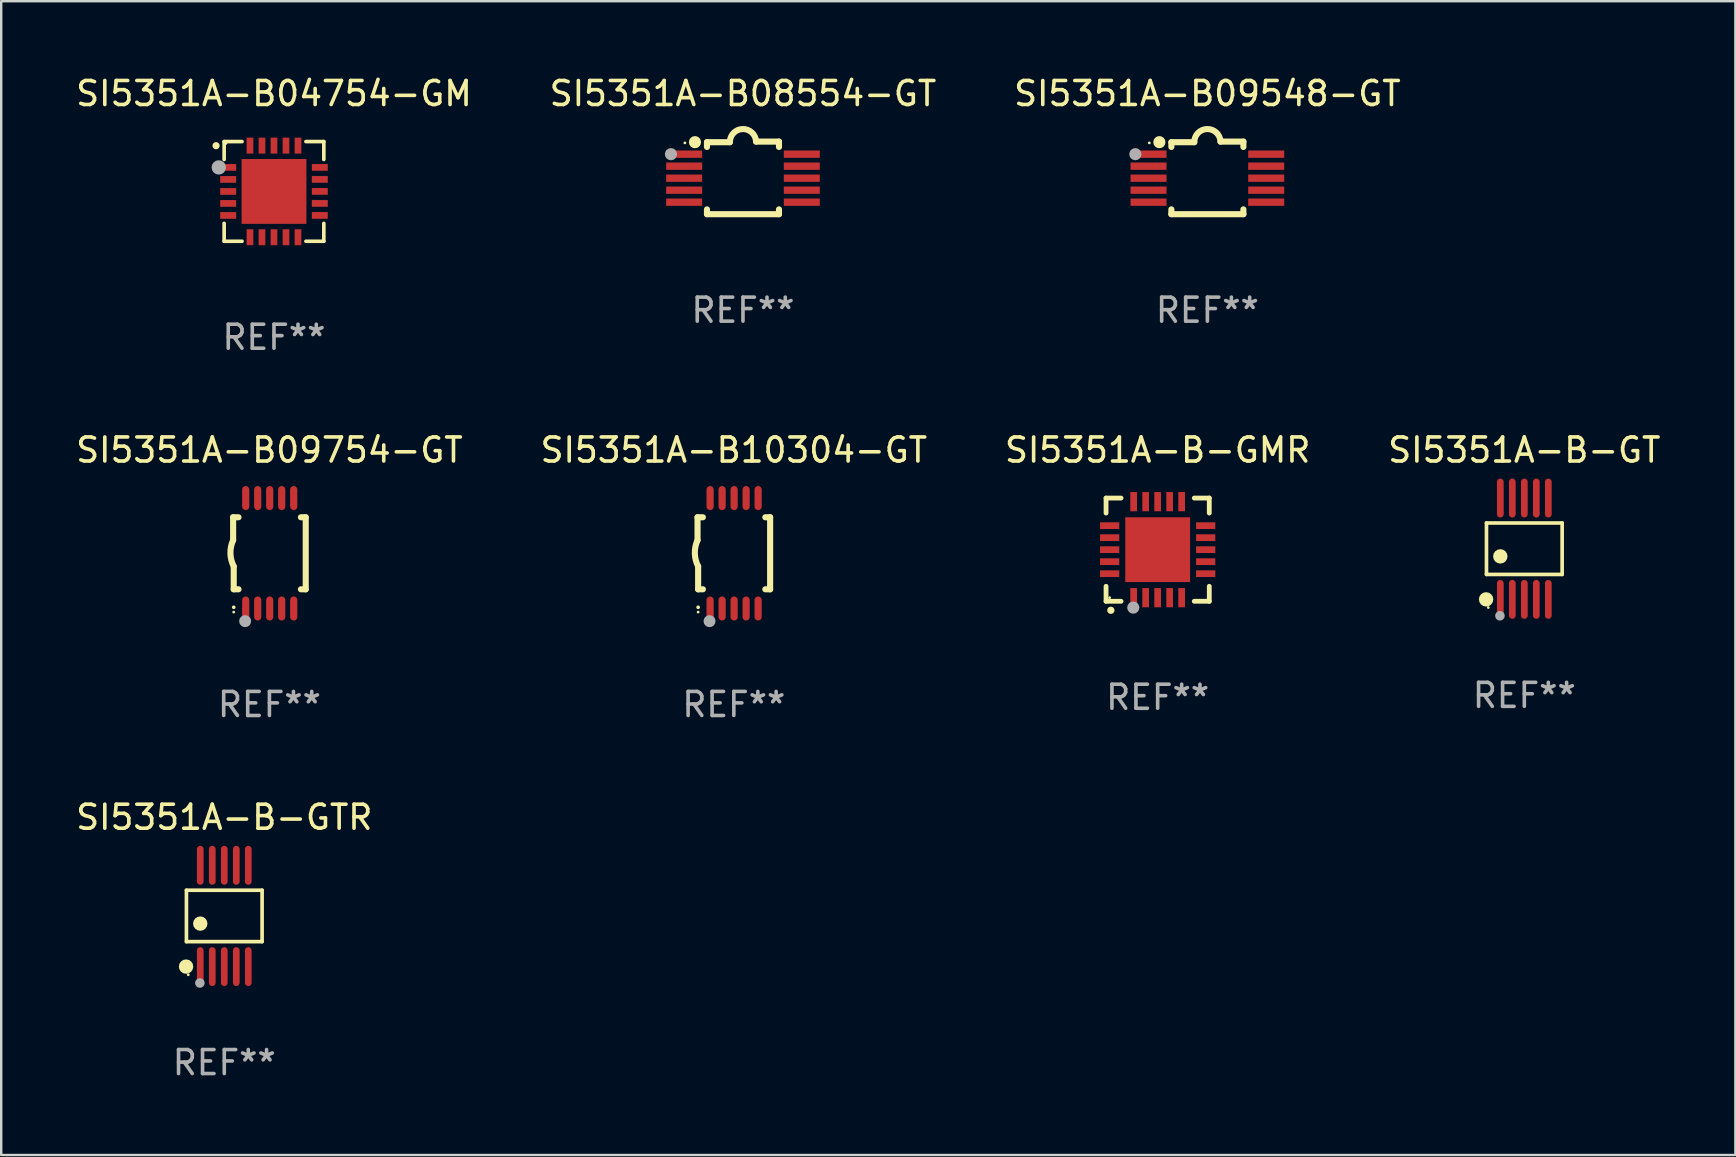
<source format=kicad_pcb>
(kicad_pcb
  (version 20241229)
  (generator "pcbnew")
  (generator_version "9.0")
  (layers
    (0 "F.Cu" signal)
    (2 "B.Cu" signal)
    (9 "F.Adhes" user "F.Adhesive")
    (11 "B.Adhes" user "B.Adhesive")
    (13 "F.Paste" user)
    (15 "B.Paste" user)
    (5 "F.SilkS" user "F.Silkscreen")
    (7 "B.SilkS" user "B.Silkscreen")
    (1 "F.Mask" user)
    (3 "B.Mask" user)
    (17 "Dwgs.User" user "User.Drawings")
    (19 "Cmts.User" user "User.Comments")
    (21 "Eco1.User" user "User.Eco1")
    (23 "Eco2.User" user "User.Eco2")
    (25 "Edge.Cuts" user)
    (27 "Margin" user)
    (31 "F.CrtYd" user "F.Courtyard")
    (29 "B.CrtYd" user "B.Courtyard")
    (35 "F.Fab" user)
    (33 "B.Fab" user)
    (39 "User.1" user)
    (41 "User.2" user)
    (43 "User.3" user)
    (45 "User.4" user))
  (footprint "SI5351A-B10304-GT"
    (layer "F.Cu")
    (at 27.518 19.997)
    (property "Reference" "SI5351A-B10304-GT" (at 0 -4.3 0) (layer "F.SilkS") (effects (font (size 1 1) (thickness 0.15))))
    (attr through_hole)
    (fp_line (start -1.512 -1.5) (end -1.512 -0.546) (stroke (width 0.254) (type solid)) (layer "F.SilkS"))
    (fp_line (start -1.487 0.546) (end -1.487 1.5) (stroke (width 0.254) (type solid)) (layer "F.SilkS"))
    (fp_line (start -1.288 -1.5) (end -1.512 -1.5) (stroke (width 0.254) (type solid)) (layer "F.SilkS"))
    (fp_line (start -1.288 1.5) (end -1.487 1.5) (stroke (width 0.254) (type solid)) (layer "F.SilkS"))
    (fp_line (start 1.512 -1.5) (end 1.312 -1.5) (stroke (width 0.254) (type solid)) (layer "F.SilkS"))
    (fp_line (start 1.512 -1.5) (end 1.512 1.5) (stroke (width 0.254) (type solid)) (layer "F.SilkS"))
    (fp_line (start 1.512 1.5) (end 1.312 1.5) (stroke (width 0.254) (type solid)) (layer "F.SilkS"))
    (fp_arc (start -1.487998 2.250013) (mid -1.486728 2.250007) (end -1.485458 2.250013) (stroke (width 0.150013) (type solid)) (layer "F.SilkS"))
    (fp_arc (start -1.486602 0.546102) (mid -1.624196 0.002905) (end -1.512002 -0.546101) (stroke (width 0.254001) (type solid)) (layer "F.SilkS"))
    (fp_circle (center -1.488 2.45) (end -1.458 2.45) (stroke (width 0.06) (type solid)) (fill no) (layer "F.SilkS"))
    (fp_circle (center -1.012 2.828) (end -0.887 2.828) (stroke (width 0.25) (type solid)) (fill no) (layer "F.Fab"))
    (fp_text user "REF**" (at 0 6.3 0) (layer "F.Fab") (effects (font (size 1 1) (thickness 0.15))))
    (pad "1" smd oval (at -0.988 2.3) (size 0.3 1) (layers "F.Cu" "F.Mask" "F.Paste"))
    (pad "2" smd oval (at -0.488 2.3) (size 0.3 1) (layers "F.Cu" "F.Mask" "F.Paste"))
    (pad "3" smd oval (at 0.012 2.3) (size 0.3 1) (layers "F.Cu" "F.Mask" "F.Paste"))
    (pad "4" smd oval (at 0.512 2.3) (size 0.3 1) (layers "F.Cu" "F.Mask" "F.Paste"))
    (pad "5" smd oval (at 1.012 2.3) (size 0.3 1) (layers "F.Cu" "F.Mask" "F.Paste"))
    (pad "6" smd oval (at 1.012 -2.3) (size 0.3 1) (layers "F.Cu" "F.Mask" "F.Paste"))
    (pad "7" smd oval (at 0.512 -2.3) (size 0.3 1) (layers "F.Cu" "F.Mask" "F.Paste"))
    (pad "8" smd oval (at 0.012 -2.3) (size 0.3 1) (layers "F.Cu" "F.Mask" "F.Paste"))
    (pad "9" smd oval (at -0.488 -2.3) (size 0.3 1) (layers "F.Cu" "F.Mask" "F.Paste"))
    (pad "10" smd oval (at -0.988 -2.3) (size 0.3 1) (layers "F.Cu" "F.Mask" "F.Paste")))
  (footprint "SI5351A-B08554-GT"
    (layer "F.Cu")
    (at 27.899 4.36)
    (property "Reference" "SI5351A-B08554-GT" (at 0 -3.512 0) (layer "F.SilkS") (effects (font (size 1 1) (thickness 0.15))))
    (attr through_hole)
    (fp_line (start -1.5 -1.288) (end -1.5 -1.487) (stroke (width 0.254) (type solid)) (layer "F.SilkS"))
    (fp_line (start -1.5 1.512) (end -1.5 1.312) (stroke (width 0.254) (type solid)) (layer "F.SilkS"))
    (fp_line (start -0.546 -1.487) (end -1.5 -1.487) (stroke (width 0.254) (type solid)) (layer "F.SilkS"))
    (fp_line (start 1.5 -1.512) (end 0.546 -1.512) (stroke (width 0.254) (type solid)) (layer "F.SilkS"))
    (fp_line (start 1.5 -1.288) (end 1.5 -1.512) (stroke (width 0.254) (type solid)) (layer "F.SilkS"))
    (fp_line (start 1.5 1.512) (end -1.5 1.512) (stroke (width 0.254) (type solid)) (layer "F.SilkS"))
    (fp_line (start 1.5 1.512) (end 1.5 1.312) (stroke (width 0.254) (type solid)) (layer "F.SilkS"))
    (fp_arc (start -0.546151 -1.486601) (mid -0.01246 -2.032889) (end 0.54605 -1.512002) (stroke (width 0.254001) (type solid)) (layer "F.SilkS"))
    (fp_circle (center -2.42 -1.458) (end -2.39 -1.458) (stroke (width 0.06) (type solid)) (fill no) (layer "F.SilkS"))
    (fp_circle (center -2 -1.488) (end -1.873 -1.488) (stroke (width 0.254) (type solid)) (fill no) (layer "F.SilkS"))
    (fp_circle (center -3 -0.988) (end -2.873 -0.988) (stroke (width 0.254) (type solid)) (fill no) (layer "F.Fab"))
    (fp_text user "REF**" (at 0 5.512 0) (layer "F.Fab") (effects (font (size 1 1) (thickness 0.15))))
    (pad "1" smd rect (at -2.451 -0.988) (size 1.5 0.305) (layers "F.Cu" "F.Mask" "F.Paste"))
    (pad "2" smd rect (at -2.451 -0.488) (size 1.5 0.305) (layers "F.Cu" "F.Mask" "F.Paste"))
    (pad "3" smd rect (at -2.451 0.012) (size 1.5 0.305) (layers "F.Cu" "F.Mask" "F.Paste"))
    (pad "4" smd rect (at -2.451 0.512) (size 1.5 0.305) (layers "F.Cu" "F.Mask" "F.Paste"))
    (pad "5" smd rect (at -2.451 1.012) (size 1.5 0.305) (layers "F.Cu" "F.Mask" "F.Paste"))
    (pad "6" smd rect (at 2.451 1.012) (size 1.5 0.305) (layers "F.Cu" "F.Mask" "F.Paste"))
    (pad "7" smd rect (at 2.451 0.512) (size 1.5 0.305) (layers "F.Cu" "F.Mask" "F.Paste"))
    (pad "8" smd rect (at 2.451 0.012) (size 1.5 0.305) (layers "F.Cu" "F.Mask" "F.Paste"))
    (pad "9" smd rect (at 2.451 -0.488) (size 1.5 0.305) (layers "F.Cu" "F.Mask" "F.Paste"))
    (pad "10" smd rect (at 2.451 -0.988) (size 1.5 0.305) (layers "F.Cu" "F.Mask" "F.Paste")))
  (footprint "SI5351A-B04754-GM"
    (layer "F.Cu")
    (at 8.363 4.924)
    (property "Reference" "SI5351A-B04754-GM" (at 0 -4.076 0) (layer "F.SilkS") (effects (font (size 1 1) (thickness 0.15))))
    (attr through_hole)
    (fp_line (start -2.076 -2.076) (end -2.076 -1.331) (stroke (width 0.152) (type solid)) (layer "F.SilkS"))
    (fp_line (start -2.076 2.076) (end -2.076 1.331) (stroke (width 0.152) (type solid)) (layer "F.SilkS"))
    (fp_line (start -1.331 -2.076) (end -2.076 -2.076) (stroke (width 0.152) (type solid)) (layer "F.SilkS"))
    (fp_line (start -1.331 2.076) (end -2.076 2.076) (stroke (width 0.152) (type solid)) (layer "F.SilkS"))
    (fp_line (start 1.331 -2.076) (end 2.076 -2.076) (stroke (width 0.152) (type solid)) (layer "F.SilkS"))
    (fp_line (start 1.331 2.076) (end 2.076 2.076) (stroke (width 0.152) (type solid)) (layer "F.SilkS"))
    (fp_line (start 2.076 -2.076) (end 2.076 -1.331) (stroke (width 0.152) (type solid)) (layer "F.SilkS"))
    (fp_line (start 2.076 2.076) (end 2.076 1.331) (stroke (width 0.152) (type solid)) (layer "F.SilkS"))
    (fp_circle (center -2.413 -1.905) (end -2.338 -1.905) (stroke (width 0.15) (type solid)) (fill no) (layer "F.SilkS"))
    (fp_circle (center -2 -2) (end -1.97 -2) (stroke (width 0.06) (type solid)) (fill no) (layer "F.SilkS"))
    (fp_circle (center -2.3 -1) (end -2.15 -1) (stroke (width 0.3) (type solid)) (fill no) (layer "F.Fab"))
    (fp_text user "REF**" (at 0 6.076 0) (layer "F.Fab") (effects (font (size 1 1) (thickness 0.15))))
    (pad "1" smd rect (at -1.908 -1) (size 0.665 0.28) (layers "F.Cu" "F.Mask" "F.Paste"))
    (pad "2" smd rect (at -1.908 -0.5) (size 0.665 0.28) (layers "F.Cu" "F.Mask" "F.Paste"))
    (pad "3" smd rect (at -1.908 0) (size 0.665 0.28) (layers "F.Cu" "F.Mask" "F.Paste"))
    (pad "4" smd rect (at -1.908 0.5) (size 0.665 0.28) (layers "F.Cu" "F.Mask" "F.Paste"))
    (pad "5" smd rect (at -1.908 1) (size 0.665 0.28) (layers "F.Cu" "F.Mask" "F.Paste"))
    (pad "6" smd rect (at -1 1.908) (size 0.28 0.665) (layers "F.Cu" "F.Mask" "F.Paste"))
    (pad "7" smd rect (at -0.5 1.908) (size 0.28 0.665) (layers "F.Cu" "F.Mask" "F.Paste"))
    (pad "8" smd rect (at 0 1.908) (size 0.28 0.665) (layers "F.Cu" "F.Mask" "F.Paste"))
    (pad "9" smd rect (at 0.5 1.908) (size 0.28 0.665) (layers "F.Cu" "F.Mask" "F.Paste"))
    (pad "10" smd rect (at 1 1.908) (size 0.28 0.665) (layers "F.Cu" "F.Mask" "F.Paste"))
    (pad "11" smd rect (at 1.908 1) (size 0.665 0.28) (layers "F.Cu" "F.Mask" "F.Paste"))
    (pad "12" smd rect (at 1.908 0.5) (size 0.665 0.28) (layers "F.Cu" "F.Mask" "F.Paste"))
    (pad "13" smd rect (at 1.908 0) (size 0.665 0.28) (layers "F.Cu" "F.Mask" "F.Paste"))
    (pad "14" smd rect (at 1.908 -0.5) (size 0.665 0.28) (layers "F.Cu" "F.Mask" "F.Paste"))
    (pad "15" smd rect (at 1.908 -1) (size 0.665 0.28) (layers "F.Cu" "F.Mask" "F.Paste"))
    (pad "16" smd rect (at 1 -1.908) (size 0.28 0.665) (layers "F.Cu" "F.Mask" "F.Paste"))
    (pad "17" smd rect (at 0.5 -1.908) (size 0.28 0.665) (layers "F.Cu" "F.Mask" "F.Paste"))
    (pad "18" smd rect (at 0 -1.908) (size 0.28 0.665) (layers "F.Cu" "F.Mask" "F.Paste"))
    (pad "19" smd rect (at -0.5 -1.908) (size 0.28 0.665) (layers "F.Cu" "F.Mask" "F.Paste"))
    (pad "20" smd rect (at -1 -1.908) (size 0.28 0.665) (layers "F.Cu" "F.Mask" "F.Paste"))
    (pad "21" smd rect (at 0 0) (size 2.7 2.7) (layers "F.Cu" "F.Mask" "F.Paste")))
  (footprint "SI5351A-B09754-GT"
    (layer "F.Cu")
    (at 8.173 19.997)
    (property "Reference" "SI5351A-B09754-GT" (at 0 -4.3 0) (layer "F.SilkS") (effects (font (size 1 1) (thickness 0.15))))
    (attr through_hole)
    (fp_line (start -1.512 -1.5) (end -1.512 -0.546) (stroke (width 0.254) (type solid)) (layer "F.SilkS"))
    (fp_line (start -1.487 0.546) (end -1.487 1.5) (stroke (width 0.254) (type solid)) (layer "F.SilkS"))
    (fp_line (start -1.288 -1.5) (end -1.512 -1.5) (stroke (width 0.254) (type solid)) (layer "F.SilkS"))
    (fp_line (start -1.288 1.5) (end -1.487 1.5) (stroke (width 0.254) (type solid)) (layer "F.SilkS"))
    (fp_line (start 1.512 -1.5) (end 1.312 -1.5) (stroke (width 0.254) (type solid)) (layer "F.SilkS"))
    (fp_line (start 1.512 -1.5) (end 1.512 1.5) (stroke (width 0.254) (type solid)) (layer "F.SilkS"))
    (fp_line (start 1.512 1.5) (end 1.312 1.5) (stroke (width 0.254) (type solid)) (layer "F.SilkS"))
    (fp_arc (start -1.487998 2.250013) (mid -1.486728 2.250007) (end -1.485458 2.250013) (stroke (width 0.150013) (type solid)) (layer "F.SilkS"))
    (fp_arc (start -1.486602 0.546102) (mid -1.624196 0.002905) (end -1.512002 -0.546101) (stroke (width 0.254001) (type solid)) (layer "F.SilkS"))
    (fp_circle (center -1.488 2.45) (end -1.458 2.45) (stroke (width 0.06) (type solid)) (fill no) (layer "F.SilkS"))
    (fp_circle (center -1.012 2.828) (end -0.887 2.828) (stroke (width 0.25) (type solid)) (fill no) (layer "F.Fab"))
    (fp_text user "REF**" (at 0 6.3 0) (layer "F.Fab") (effects (font (size 1 1) (thickness 0.15))))
    (pad "1" smd oval (at -0.988 2.3) (size 0.3 1) (layers "F.Cu" "F.Mask" "F.Paste"))
    (pad "2" smd oval (at -0.488 2.3) (size 0.3 1) (layers "F.Cu" "F.Mask" "F.Paste"))
    (pad "3" smd oval (at 0.012 2.3) (size 0.3 1) (layers "F.Cu" "F.Mask" "F.Paste"))
    (pad "4" smd oval (at 0.512 2.3) (size 0.3 1) (layers "F.Cu" "F.Mask" "F.Paste"))
    (pad "5" smd oval (at 1.012 2.3) (size 0.3 1) (layers "F.Cu" "F.Mask" "F.Paste"))
    (pad "6" smd oval (at 1.012 -2.3) (size 0.3 1) (layers "F.Cu" "F.Mask" "F.Paste"))
    (pad "7" smd oval (at 0.512 -2.3) (size 0.3 1) (layers "F.Cu" "F.Mask" "F.Paste"))
    (pad "8" smd oval (at 0.012 -2.3) (size 0.3 1) (layers "F.Cu" "F.Mask" "F.Paste"))
    (pad "9" smd oval (at -0.488 -2.3) (size 0.3 1) (layers "F.Cu" "F.Mask" "F.Paste"))
    (pad "10" smd oval (at -0.988 -2.3) (size 0.3 1) (layers "F.Cu" "F.Mask" "F.Paste")))
  (footprint "SI5351A-B-GT"
    (layer "F.Cu")
    (at 60.446 19.807)
    (property "Reference" "SI5351A-B-GT" (at 0 -4.11 0) (layer "F.SilkS") (effects (font (size 1 1) (thickness 0.15))))
    (attr through_hole)
    (fp_line (start -1.576 -1.071) (end 1.576 -1.071) (stroke (width 0.152) (type solid)) (layer "F.SilkS"))
    (fp_line (start -1.576 1.071) (end -1.576 -1.071) (stroke (width 0.152) (type solid)) (layer "F.SilkS"))
    (fp_line (start 1.576 -1.071) (end 1.576 1.071) (stroke (width 0.152) (type solid)) (layer "F.SilkS"))
    (fp_line (start 1.576 1.071) (end -1.576 1.071) (stroke (width 0.152) (type solid)) (layer "F.SilkS"))
    (fp_circle (center -1.592 2.11) (end -1.442 2.11) (stroke (width 0.3) (type solid)) (fill no) (layer "F.SilkS"))
    (fp_circle (center -1.5 2.45) (end -1.47 2.45) (stroke (width 0.06) (type solid)) (fill no) (layer "F.SilkS"))
    (fp_circle (center -1 0.319) (end -0.85 0.319) (stroke (width 0.3) (type solid)) (fill no) (layer "F.SilkS"))
    (fp_circle (center -1.016 2.794) (end -0.916 2.794) (stroke (width 0.2) (type solid)) (fill no) (layer "F.Fab"))
    (fp_text user "REF**" (at 0 6.11 0) (layer "F.Fab") (effects (font (size 1 1) (thickness 0.15))))
    (pad "1" smd oval (at -1 2.11) (size 0.28 1.62) (layers "F.Cu" "F.Mask" "F.Paste"))
    (pad "2" smd oval (at -0.5 2.11) (size 0.28 1.62) (layers "F.Cu" "F.Mask" "F.Paste"))
    (pad "3" smd oval (at 0 2.11) (size 0.28 1.62) (layers "F.Cu" "F.Mask" "F.Paste"))
    (pad "4" smd oval (at 0.5 2.11) (size 0.28 1.62) (layers "F.Cu" "F.Mask" "F.Paste"))
    (pad "5" smd oval (at 1 2.11) (size 0.28 1.62) (layers "F.Cu" "F.Mask" "F.Paste"))
    (pad "6" smd oval (at 1 -2.11) (size 0.28 1.62) (layers "F.Cu" "F.Mask" "F.Paste"))
    (pad "7" smd oval (at 0.5 -2.11) (size 0.28 1.62) (layers "F.Cu" "F.Mask" "F.Paste"))
    (pad "8" smd oval (at 0 -2.11) (size 0.28 1.62) (layers "F.Cu" "F.Mask" "F.Paste"))
    (pad "9" smd oval (at -0.5 -2.11) (size 0.28 1.62) (layers "F.Cu" "F.Mask" "F.Paste"))
    (pad "10" smd oval (at -1 -2.11) (size 0.28 1.62) (layers "F.Cu" "F.Mask" "F.Paste")))
  (footprint "SI5351A-B09548-GT"
    (layer "F.Cu")
    (at 47.244 4.36)
    (property "Reference" "SI5351A-B09548-GT" (at 0 -3.512 0) (layer "F.SilkS") (effects (font (size 1 1) (thickness 0.15))))
    (attr through_hole)
    (fp_line (start -1.5 -1.288) (end -1.5 -1.487) (stroke (width 0.254) (type solid)) (layer "F.SilkS"))
    (fp_line (start -1.5 1.512) (end -1.5 1.312) (stroke (width 0.254) (type solid)) (layer "F.SilkS"))
    (fp_line (start -0.546 -1.487) (end -1.5 -1.487) (stroke (width 0.254) (type solid)) (layer "F.SilkS"))
    (fp_line (start 1.5 -1.512) (end 0.546 -1.512) (stroke (width 0.254) (type solid)) (layer "F.SilkS"))
    (fp_line (start 1.5 -1.288) (end 1.5 -1.512) (stroke (width 0.254) (type solid)) (layer "F.SilkS"))
    (fp_line (start 1.5 1.512) (end -1.5 1.512) (stroke (width 0.254) (type solid)) (layer "F.SilkS"))
    (fp_line (start 1.5 1.512) (end 1.5 1.312) (stroke (width 0.254) (type solid)) (layer "F.SilkS"))
    (fp_arc (start -0.546151 -1.486601) (mid -0.01246 -2.032889) (end 0.54605 -1.512002) (stroke (width 0.254001) (type solid)) (layer "F.SilkS"))
    (fp_circle (center -2.42 -1.458) (end -2.39 -1.458) (stroke (width 0.06) (type solid)) (fill no) (layer "F.SilkS"))
    (fp_circle (center -2 -1.488) (end -1.873 -1.488) (stroke (width 0.254) (type solid)) (fill no) (layer "F.SilkS"))
    (fp_circle (center -3 -0.988) (end -2.873 -0.988) (stroke (width 0.254) (type solid)) (fill no) (layer "F.Fab"))
    (fp_text user "REF**" (at 0 5.512 0) (layer "F.Fab") (effects (font (size 1 1) (thickness 0.15))))
    (pad "1" smd rect (at -2.451 -0.988) (size 1.5 0.305) (layers "F.Cu" "F.Mask" "F.Paste"))
    (pad "2" smd rect (at -2.451 -0.488) (size 1.5 0.305) (layers "F.Cu" "F.Mask" "F.Paste"))
    (pad "3" smd rect (at -2.451 0.012) (size 1.5 0.305) (layers "F.Cu" "F.Mask" "F.Paste"))
    (pad "4" smd rect (at -2.451 0.512) (size 1.5 0.305) (layers "F.Cu" "F.Mask" "F.Paste"))
    (pad "5" smd rect (at -2.451 1.012) (size 1.5 0.305) (layers "F.Cu" "F.Mask" "F.Paste"))
    (pad "6" smd rect (at 2.451 1.012) (size 1.5 0.305) (layers "F.Cu" "F.Mask" "F.Paste"))
    (pad "7" smd rect (at 2.451 0.512) (size 1.5 0.305) (layers "F.Cu" "F.Mask" "F.Paste"))
    (pad "8" smd rect (at 2.451 0.012) (size 1.5 0.305) (layers "F.Cu" "F.Mask" "F.Paste"))
    (pad "9" smd rect (at 2.451 -0.488) (size 1.5 0.305) (layers "F.Cu" "F.Mask" "F.Paste"))
    (pad "10" smd rect (at 2.451 -0.988) (size 1.5 0.305) (layers "F.Cu" "F.Mask" "F.Paste")))
  (footprint "SI5351A-B-GTR"
    (layer "F.Cu")
    (at 6.292 35.104)
    (property "Reference" "SI5351A-B-GTR" (at 0 -4.11 0) (layer "F.SilkS") (effects (font (size 1 1) (thickness 0.15))))
    (attr through_hole)
    (fp_line (start -1.576 -1.071) (end 1.576 -1.071) (stroke (width 0.152) (type solid)) (layer "F.SilkS"))
    (fp_line (start -1.576 1.071) (end -1.576 -1.071) (stroke (width 0.152) (type solid)) (layer "F.SilkS"))
    (fp_line (start 1.576 -1.071) (end 1.576 1.071) (stroke (width 0.152) (type solid)) (layer "F.SilkS"))
    (fp_line (start 1.576 1.071) (end -1.576 1.071) (stroke (width 0.152) (type solid)) (layer "F.SilkS"))
    (fp_circle (center -1.592 2.11) (end -1.442 2.11) (stroke (width 0.3) (type solid)) (fill no) (layer "F.SilkS"))
    (fp_circle (center -1.5 2.45) (end -1.47 2.45) (stroke (width 0.06) (type solid)) (fill no) (layer "F.SilkS"))
    (fp_circle (center -1 0.319) (end -0.85 0.319) (stroke (width 0.3) (type solid)) (fill no) (layer "F.SilkS"))
    (fp_circle (center -1.016 2.794) (end -0.916 2.794) (stroke (width 0.2) (type solid)) (fill no) (layer "F.Fab"))
    (fp_text user "REF**" (at 0 6.11 0) (layer "F.Fab") (effects (font (size 1 1) (thickness 0.15))))
    (pad "1" smd oval (at -1 2.11) (size 0.28 1.62) (layers "F.Cu" "F.Mask" "F.Paste"))
    (pad "2" smd oval (at -0.5 2.11) (size 0.28 1.62) (layers "F.Cu" "F.Mask" "F.Paste"))
    (pad "3" smd oval (at 0 2.11) (size 0.28 1.62) (layers "F.Cu" "F.Mask" "F.Paste"))
    (pad "4" smd oval (at 0.5 2.11) (size 0.28 1.62) (layers "F.Cu" "F.Mask" "F.Paste"))
    (pad "5" smd oval (at 1 2.11) (size 0.28 1.62) (layers "F.Cu" "F.Mask" "F.Paste"))
    (pad "6" smd oval (at 1 -2.11) (size 0.28 1.62) (layers "F.Cu" "F.Mask" "F.Paste"))
    (pad "7" smd oval (at 0.5 -2.11) (size 0.28 1.62) (layers "F.Cu" "F.Mask" "F.Paste"))
    (pad "8" smd oval (at 0 -2.11) (size 0.28 1.62) (layers "F.Cu" "F.Mask" "F.Paste"))
    (pad "9" smd oval (at -0.5 -2.11) (size 0.28 1.62) (layers "F.Cu" "F.Mask" "F.Paste"))
    (pad "10" smd oval (at -1 -2.11) (size 0.28 1.62) (layers "F.Cu" "F.Mask" "F.Paste")))
  (footprint "SI5351A-B-GMR"
    (layer "F.Cu")
    (at 45.173 19.847)
    (property "Reference" "SI5351A-B-GMR" (at 0 -4.15 0) (layer "F.SilkS") (effects (font (size 1 1) (thickness 0.15))))
    (attr through_hole)
    (fp_line (start -2.15 -2.15) (end -2.15 -1.525) (stroke (width 0.2) (type solid)) (layer "F.SilkS"))
    (fp_line (start -2.15 2.15) (end -2.15 1.525) (stroke (width 0.2) (type solid)) (layer "F.SilkS"))
    (fp_line (start -1.525 -2.15) (end -2.15 -2.15) (stroke (width 0.2) (type solid)) (layer "F.SilkS"))
    (fp_line (start -1.525 2.15) (end -2.15 2.15) (stroke (width 0.2) (type solid)) (layer "F.SilkS"))
    (fp_line (start 1.525 2.15) (end 2.15 2.15) (stroke (width 0.2) (type solid)) (layer "F.SilkS"))
    (fp_line (start 2.15 -2.15) (end 1.525 -2.15) (stroke (width 0.2) (type solid)) (layer "F.SilkS"))
    (fp_line (start 2.15 -1.525) (end 2.15 -2.15) (stroke (width 0.2) (type solid)) (layer "F.SilkS"))
    (fp_line (start 2.15 2.15) (end 2.15 1.525) (stroke (width 0.2) (type solid)) (layer "F.SilkS"))
    (fp_arc (start -1.950724 2.524765) (mid -1.949454 2.52476) (end -1.948184 2.524765) (stroke (width 0.3) (type solid)) (layer "F.SilkS"))
    (fp_circle (center -2 2) (end -1.97 2) (stroke (width 0.06) (type solid)) (fill no) (layer "F.SilkS"))
    (fp_circle (center -1.016 2.413) (end -0.889 2.413) (stroke (width 0.254) (type solid)) (fill no) (layer "F.Fab"))
    (fp_text user "REF**" (at 0 6.15 0) (layer "F.Fab") (effects (font (size 1 1) (thickness 0.15))))
    (pad "1" smd rect (at -1 2) (size 0.28 0.8) (layers "F.Cu" "F.Mask" "F.Paste"))
    (pad "2" smd rect (at -0.5 2) (size 0.28 0.8) (layers "F.Cu" "F.Mask" "F.Paste"))
    (pad "3" smd rect (at 0 2) (size 0.28 0.8) (layers "F.Cu" "F.Mask" "F.Paste"))
    (pad "4" smd rect (at 0.5 2) (size 0.28 0.8) (layers "F.Cu" "F.Mask" "F.Paste"))
    (pad "5" smd rect (at 1 2) (size 0.28 0.8) (layers "F.Cu" "F.Mask" "F.Paste"))
    (pad "6" smd rect (at 2 1) (size 0.8 0.28) (layers "F.Cu" "F.Mask" "F.Paste"))
    (pad "7" smd rect (at 2 0.5) (size 0.8 0.28) (layers "F.Cu" "F.Mask" "F.Paste"))
    (pad "8" smd rect (at 2 0) (size 0.8 0.28) (layers "F.Cu" "F.Mask" "F.Paste"))
    (pad "9" smd rect (at 2 -0.5) (size 0.8 0.28) (layers "F.Cu" "F.Mask" "F.Paste"))
    (pad "10" smd rect (at 2 -1) (size 0.8 0.28) (layers "F.Cu" "F.Mask" "F.Paste"))
    (pad "11" smd rect (at 1 -2) (size 0.28 0.8) (layers "F.Cu" "F.Mask" "F.Paste"))
    (pad "12" smd rect (at 0.5 -2) (size 0.28 0.8) (layers "F.Cu" "F.Mask" "F.Paste"))
    (pad "13" smd rect (at 0 -2) (size 0.28 0.8) (layers "F.Cu" "F.Mask" "F.Paste"))
    (pad "14" smd rect (at -0.5 -2) (size 0.28 0.8) (layers "F.Cu" "F.Mask" "F.Paste"))
    (pad "15" smd rect (at -1 -2) (size 0.28 0.8) (layers "F.Cu" "F.Mask" "F.Paste"))
    (pad "16" smd rect (at -2 -1) (size 0.8 0.28) (layers "F.Cu" "F.Mask" "F.Paste"))
    (pad "17" smd rect (at -2 -0.5) (size 0.8 0.28) (layers "F.Cu" "F.Mask" "F.Paste"))
    (pad "18" smd rect (at -2 0) (size 0.8 0.28) (layers "F.Cu" "F.Mask" "F.Paste"))
    (pad "19" smd rect (at -2 0.5) (size 0.8 0.28) (layers "F.Cu" "F.Mask" "F.Paste"))
    (pad "20" smd rect (at -2 1) (size 0.8 0.28) (layers "F.Cu" "F.Mask" "F.Paste"))
    (pad "21" smd rect (at 0 0) (size 2.7 2.7) (layers "F.Cu" "F.Mask" "F.Paste")))
  (gr_rect
    (start -3 -3)
    (end 69.238 45.062)
    (stroke (width 0.1) (type default))
    (fill no)
    (layer "Edge.Cuts")))
</source>
